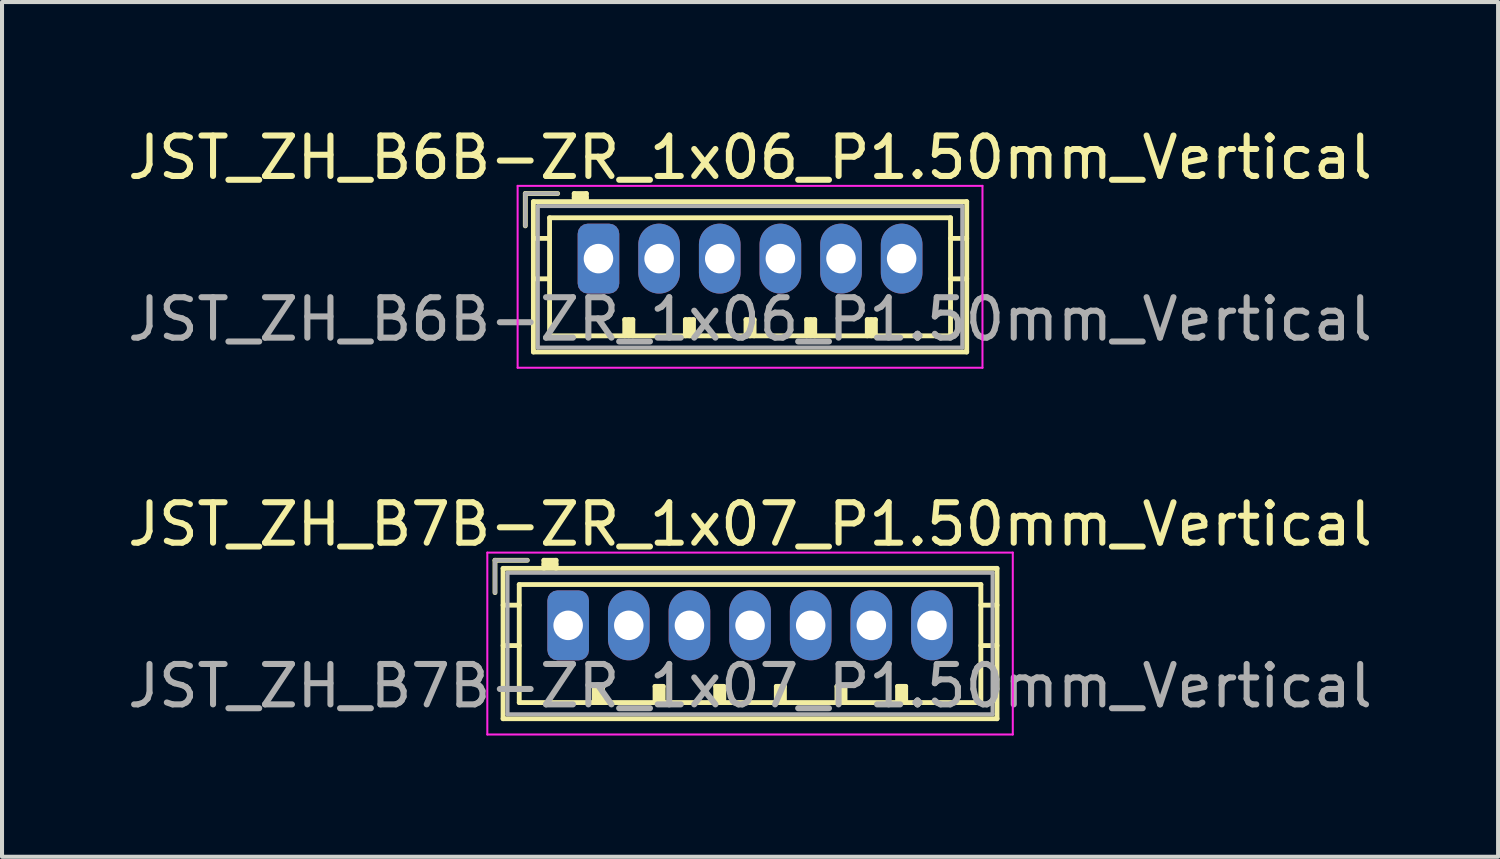
<source format=kicad_pcb>
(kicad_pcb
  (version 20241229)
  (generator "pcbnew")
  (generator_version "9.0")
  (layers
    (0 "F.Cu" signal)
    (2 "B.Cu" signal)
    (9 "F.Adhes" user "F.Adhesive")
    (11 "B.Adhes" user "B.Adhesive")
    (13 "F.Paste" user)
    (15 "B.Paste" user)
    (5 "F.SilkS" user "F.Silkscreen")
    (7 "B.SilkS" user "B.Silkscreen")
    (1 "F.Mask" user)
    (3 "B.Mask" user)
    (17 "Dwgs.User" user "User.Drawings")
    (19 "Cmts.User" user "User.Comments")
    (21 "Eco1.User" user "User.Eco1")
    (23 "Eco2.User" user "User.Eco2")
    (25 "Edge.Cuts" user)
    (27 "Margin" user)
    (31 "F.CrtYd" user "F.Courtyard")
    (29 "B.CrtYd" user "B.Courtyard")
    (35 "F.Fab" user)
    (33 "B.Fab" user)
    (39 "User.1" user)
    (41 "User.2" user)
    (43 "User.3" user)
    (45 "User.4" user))
  (footprint "JST_ZH_B6B-ZR_1x06_P1.50mm_Vertical"
    (layer "F.Cu")
    (at 11.756 3.348)
    (property "Reference" "JST_ZH_B6B-ZR_1x06_P1.50mm_Vertical" (at 3.75 -2.5 0) (layer "F.SilkS") (effects (font (size 1 1) (thickness 0.15))))
    (attr through_hole)
    (fp_line (start -1.81 -1.61) (end -1.81 -0.81) (stroke (width 0.12) (type solid)) (layer "F.SilkS"))
    (fp_line (start -1.61 -1.41) (end -1.61 2.31) (stroke (width 0.12) (type solid)) (layer "F.SilkS"))
    (fp_line (start -1.61 -0.5) (end -1.21 -0.5) (stroke (width 0.12) (type solid)) (layer "F.SilkS"))
    (fp_line (start -1.61 0.5) (end -1.21 0.5) (stroke (width 0.12) (type solid)) (layer "F.SilkS"))
    (fp_line (start -1.61 2.31) (end 9.11 2.31) (stroke (width 0.12) (type solid)) (layer "F.SilkS"))
    (fp_line (start -1.21 -1.01) (end -1.21 1.91) (stroke (width 0.12) (type solid)) (layer "F.SilkS"))
    (fp_line (start -1.21 1.91) (end 8.71 1.91) (stroke (width 0.12) (type solid)) (layer "F.SilkS"))
    (fp_line (start -1.01 -1.61) (end -1.81 -1.61) (stroke (width 0.12) (type solid)) (layer "F.SilkS"))
    (fp_line (start -0.6 -1.61) (end -0.6 -1.41) (stroke (width 0.12) (type solid)) (layer "F.SilkS"))
    (fp_line (start -0.3 -1.61) (end -0.6 -1.61) (stroke (width 0.12) (type solid)) (layer "F.SilkS"))
    (fp_line (start -0.3 -1.51) (end -0.6 -1.51) (stroke (width 0.12) (type solid)) (layer "F.SilkS"))
    (fp_line (start -0.3 -1.41) (end -0.3 -1.61) (stroke (width 0.12) (type solid)) (layer "F.SilkS"))
    (fp_line (start 0.65 1.51) (end 0.85 1.51) (stroke (width 0.12) (type solid)) (layer "F.SilkS"))
    (fp_line (start 0.65 1.91) (end 0.65 1.51) (stroke (width 0.12) (type solid)) (layer "F.SilkS"))
    (fp_line (start 0.75 1.91) (end 0.75 1.51) (stroke (width 0.12) (type solid)) (layer "F.SilkS"))
    (fp_line (start 0.85 1.51) (end 0.85 1.91) (stroke (width 0.12) (type solid)) (layer "F.SilkS"))
    (fp_line (start 2.15 1.51) (end 2.35 1.51) (stroke (width 0.12) (type solid)) (layer "F.SilkS"))
    (fp_line (start 2.15 1.91) (end 2.15 1.51) (stroke (width 0.12) (type solid)) (layer "F.SilkS"))
    (fp_line (start 2.25 1.91) (end 2.25 1.51) (stroke (width 0.12) (type solid)) (layer "F.SilkS"))
    (fp_line (start 2.35 1.51) (end 2.35 1.91) (stroke (width 0.12) (type solid)) (layer "F.SilkS"))
    (fp_line (start 3.65 1.51) (end 3.85 1.51) (stroke (width 0.12) (type solid)) (layer "F.SilkS"))
    (fp_line (start 3.65 1.91) (end 3.65 1.51) (stroke (width 0.12) (type solid)) (layer "F.SilkS"))
    (fp_line (start 3.75 1.91) (end 3.75 1.51) (stroke (width 0.12) (type solid)) (layer "F.SilkS"))
    (fp_line (start 3.85 1.51) (end 3.85 1.91) (stroke (width 0.12) (type solid)) (layer "F.SilkS"))
    (fp_line (start 5.15 1.51) (end 5.35 1.51) (stroke (width 0.12) (type solid)) (layer "F.SilkS"))
    (fp_line (start 5.15 1.91) (end 5.15 1.51) (stroke (width 0.12) (type solid)) (layer "F.SilkS"))
    (fp_line (start 5.25 1.91) (end 5.25 1.51) (stroke (width 0.12) (type solid)) (layer "F.SilkS"))
    (fp_line (start 5.35 1.51) (end 5.35 1.91) (stroke (width 0.12) (type solid)) (layer "F.SilkS"))
    (fp_line (start 6.65 1.51) (end 6.85 1.51) (stroke (width 0.12) (type solid)) (layer "F.SilkS"))
    (fp_line (start 6.65 1.91) (end 6.65 1.51) (stroke (width 0.12) (type solid)) (layer "F.SilkS"))
    (fp_line (start 6.75 1.91) (end 6.75 1.51) (stroke (width 0.12) (type solid)) (layer "F.SilkS"))
    (fp_line (start 6.85 1.51) (end 6.85 1.91) (stroke (width 0.12) (type solid)) (layer "F.SilkS"))
    (fp_line (start 8.71 -1.01) (end -1.21 -1.01) (stroke (width 0.12) (type solid)) (layer "F.SilkS"))
    (fp_line (start 8.71 1.91) (end 8.71 -1.01) (stroke (width 0.12) (type solid)) (layer "F.SilkS"))
    (fp_line (start 9.11 -1.41) (end -1.61 -1.41) (stroke (width 0.12) (type solid)) (layer "F.SilkS"))
    (fp_line (start 9.11 -0.5) (end 8.71 -0.5) (stroke (width 0.12) (type solid)) (layer "F.SilkS"))
    (fp_line (start 9.11 0.5) (end 8.71 0.5) (stroke (width 0.12) (type solid)) (layer "F.SilkS"))
    (fp_line (start 9.11 2.31) (end 9.11 -1.41) (stroke (width 0.12) (type solid)) (layer "F.SilkS"))
    (fp_line (start -2 -1.8) (end -2 2.7) (stroke (width 0.05) (type solid)) (layer "F.CrtYd"))
    (fp_line (start -2 2.7) (end 9.5 2.7) (stroke (width 0.05) (type solid)) (layer "F.CrtYd"))
    (fp_line (start 9.5 -1.8) (end -2 -1.8) (stroke (width 0.05) (type solid)) (layer "F.CrtYd"))
    (fp_line (start 9.5 2.7) (end 9.5 -1.8) (stroke (width 0.05) (type solid)) (layer "F.CrtYd"))
    (fp_line (start -1.81 -1.61) (end -1.81 -0.81) (stroke (width 0.1) (type solid)) (layer "F.Fab"))
    (fp_line (start -1.5 -1.3) (end -1.5 2.2) (stroke (width 0.1) (type solid)) (layer "F.Fab"))
    (fp_line (start -1.5 2.2) (end 9 2.2) (stroke (width 0.1) (type solid)) (layer "F.Fab"))
    (fp_line (start -1.01 -1.61) (end -1.81 -1.61) (stroke (width 0.1) (type solid)) (layer "F.Fab"))
    (fp_line (start 9 -1.3) (end -1.5 -1.3) (stroke (width 0.1) (type solid)) (layer "F.Fab"))
    (fp_line (start 9 2.2) (end 9 -1.3) (stroke (width 0.1) (type solid)) (layer "F.Fab"))
    (fp_text user "${REFERENCE}" (at 3.75 1.5 0) (layer "F.Fab") (effects (font (size 1 1) (thickness 0.15))))
    (pad "1" thru_hole roundrect (at 0 0) (size 1.03 1.73) (drill 0.73) (layers "*.Cu" "*.Mask") (roundrect_rratio 0.243))
    (pad "2" thru_hole oval (at 1.5 0) (size 1.03 1.73) (drill 0.73) (layers "*.Cu" "*.Mask"))
    (pad "3" thru_hole oval (at 3 0) (size 1.03 1.73) (drill 0.73) (layers "*.Cu" "*.Mask"))
    (pad "4" thru_hole oval (at 4.5 0) (size 1.03 1.73) (drill 0.73) (layers "*.Cu" "*.Mask"))
    (pad "5" thru_hole oval (at 6 0) (size 1.03 1.73) (drill 0.73) (layers "*.Cu" "*.Mask"))
    (pad "6" thru_hole oval (at 7.5 0) (size 1.03 1.73) (drill 0.73) (layers "*.Cu" "*.Mask")))
  (footprint "JST_ZH_B7B-ZR_1x07_P1.50mm_Vertical"
    (layer "F.Cu")
    (at 11.006 12.421)
    (property "Reference" "JST_ZH_B7B-ZR_1x07_P1.50mm_Vertical" (at 4.5 -2.5 0) (layer "F.SilkS") (effects (font (size 1 1) (thickness 0.15))))
    (attr through_hole)
    (fp_line (start -1.81 -1.61) (end -1.81 -0.81) (stroke (width 0.12) (type solid)) (layer "F.SilkS"))
    (fp_line (start -1.61 -1.41) (end -1.61 2.31) (stroke (width 0.12) (type solid)) (layer "F.SilkS"))
    (fp_line (start -1.61 -0.5) (end -1.21 -0.5) (stroke (width 0.12) (type solid)) (layer "F.SilkS"))
    (fp_line (start -1.61 0.5) (end -1.21 0.5) (stroke (width 0.12) (type solid)) (layer "F.SilkS"))
    (fp_line (start -1.61 2.31) (end 10.61 2.31) (stroke (width 0.12) (type solid)) (layer "F.SilkS"))
    (fp_line (start -1.21 -1.01) (end -1.21 1.91) (stroke (width 0.12) (type solid)) (layer "F.SilkS"))
    (fp_line (start -1.21 1.91) (end 10.21 1.91) (stroke (width 0.12) (type solid)) (layer "F.SilkS"))
    (fp_line (start -1.01 -1.61) (end -1.81 -1.61) (stroke (width 0.12) (type solid)) (layer "F.SilkS"))
    (fp_line (start -0.6 -1.61) (end -0.6 -1.41) (stroke (width 0.12) (type solid)) (layer "F.SilkS"))
    (fp_line (start -0.3 -1.61) (end -0.6 -1.61) (stroke (width 0.12) (type solid)) (layer "F.SilkS"))
    (fp_line (start -0.3 -1.51) (end -0.6 -1.51) (stroke (width 0.12) (type solid)) (layer "F.SilkS"))
    (fp_line (start -0.3 -1.41) (end -0.3 -1.61) (stroke (width 0.12) (type solid)) (layer "F.SilkS"))
    (fp_line (start 0.65 1.51) (end 0.85 1.51) (stroke (width 0.12) (type solid)) (layer "F.SilkS"))
    (fp_line (start 0.65 1.91) (end 0.65 1.51) (stroke (width 0.12) (type solid)) (layer "F.SilkS"))
    (fp_line (start 0.75 1.91) (end 0.75 1.51) (stroke (width 0.12) (type solid)) (layer "F.SilkS"))
    (fp_line (start 0.85 1.51) (end 0.85 1.91) (stroke (width 0.12) (type solid)) (layer "F.SilkS"))
    (fp_line (start 2.15 1.51) (end 2.35 1.51) (stroke (width 0.12) (type solid)) (layer "F.SilkS"))
    (fp_line (start 2.15 1.91) (end 2.15 1.51) (stroke (width 0.12) (type solid)) (layer "F.SilkS"))
    (fp_line (start 2.25 1.91) (end 2.25 1.51) (stroke (width 0.12) (type solid)) (layer "F.SilkS"))
    (fp_line (start 2.35 1.51) (end 2.35 1.91) (stroke (width 0.12) (type solid)) (layer "F.SilkS"))
    (fp_line (start 3.65 1.51) (end 3.85 1.51) (stroke (width 0.12) (type solid)) (layer "F.SilkS"))
    (fp_line (start 3.65 1.91) (end 3.65 1.51) (stroke (width 0.12) (type solid)) (layer "F.SilkS"))
    (fp_line (start 3.75 1.91) (end 3.75 1.51) (stroke (width 0.12) (type solid)) (layer "F.SilkS"))
    (fp_line (start 3.85 1.51) (end 3.85 1.91) (stroke (width 0.12) (type solid)) (layer "F.SilkS"))
    (fp_line (start 5.15 1.51) (end 5.35 1.51) (stroke (width 0.12) (type solid)) (layer "F.SilkS"))
    (fp_line (start 5.15 1.91) (end 5.15 1.51) (stroke (width 0.12) (type solid)) (layer "F.SilkS"))
    (fp_line (start 5.25 1.91) (end 5.25 1.51) (stroke (width 0.12) (type solid)) (layer "F.SilkS"))
    (fp_line (start 5.35 1.51) (end 5.35 1.91) (stroke (width 0.12) (type solid)) (layer "F.SilkS"))
    (fp_line (start 6.65 1.51) (end 6.85 1.51) (stroke (width 0.12) (type solid)) (layer "F.SilkS"))
    (fp_line (start 6.65 1.91) (end 6.65 1.51) (stroke (width 0.12) (type solid)) (layer "F.SilkS"))
    (fp_line (start 6.75 1.91) (end 6.75 1.51) (stroke (width 0.12) (type solid)) (layer "F.SilkS"))
    (fp_line (start 6.85 1.51) (end 6.85 1.91) (stroke (width 0.12) (type solid)) (layer "F.SilkS"))
    (fp_line (start 8.15 1.51) (end 8.35 1.51) (stroke (width 0.12) (type solid)) (layer "F.SilkS"))
    (fp_line (start 8.15 1.91) (end 8.15 1.51) (stroke (width 0.12) (type solid)) (layer "F.SilkS"))
    (fp_line (start 8.25 1.91) (end 8.25 1.51) (stroke (width 0.12) (type solid)) (layer "F.SilkS"))
    (fp_line (start 8.35 1.51) (end 8.35 1.91) (stroke (width 0.12) (type solid)) (layer "F.SilkS"))
    (fp_line (start 10.21 -1.01) (end -1.21 -1.01) (stroke (width 0.12) (type solid)) (layer "F.SilkS"))
    (fp_line (start 10.21 1.91) (end 10.21 -1.01) (stroke (width 0.12) (type solid)) (layer "F.SilkS"))
    (fp_line (start 10.61 -1.41) (end -1.61 -1.41) (stroke (width 0.12) (type solid)) (layer "F.SilkS"))
    (fp_line (start 10.61 -0.5) (end 10.21 -0.5) (stroke (width 0.12) (type solid)) (layer "F.SilkS"))
    (fp_line (start 10.61 0.5) (end 10.21 0.5) (stroke (width 0.12) (type solid)) (layer "F.SilkS"))
    (fp_line (start 10.61 2.31) (end 10.61 -1.41) (stroke (width 0.12) (type solid)) (layer "F.SilkS"))
    (fp_line (start -2 -1.8) (end -2 2.7) (stroke (width 0.05) (type solid)) (layer "F.CrtYd"))
    (fp_line (start -2 2.7) (end 11 2.7) (stroke (width 0.05) (type solid)) (layer "F.CrtYd"))
    (fp_line (start 11 -1.8) (end -2 -1.8) (stroke (width 0.05) (type solid)) (layer "F.CrtYd"))
    (fp_line (start 11 2.7) (end 11 -1.8) (stroke (width 0.05) (type solid)) (layer "F.CrtYd"))
    (fp_line (start -1.81 -1.61) (end -1.81 -0.81) (stroke (width 0.1) (type solid)) (layer "F.Fab"))
    (fp_line (start -1.5 -1.3) (end -1.5 2.2) (stroke (width 0.1) (type solid)) (layer "F.Fab"))
    (fp_line (start -1.5 2.2) (end 10.5 2.2) (stroke (width 0.1) (type solid)) (layer "F.Fab"))
    (fp_line (start -1.01 -1.61) (end -1.81 -1.61) (stroke (width 0.1) (type solid)) (layer "F.Fab"))
    (fp_line (start 10.5 -1.3) (end -1.5 -1.3) (stroke (width 0.1) (type solid)) (layer "F.Fab"))
    (fp_line (start 10.5 2.2) (end 10.5 -1.3) (stroke (width 0.1) (type solid)) (layer "F.Fab"))
    (fp_text user "${REFERENCE}" (at 4.5 1.5 0) (layer "F.Fab") (effects (font (size 1 1) (thickness 0.15))))
    (pad "1" thru_hole roundrect (at 0 0) (size 1.03 1.73) (drill 0.73) (layers "*.Cu" "*.Mask") (roundrect_rratio 0.243))
    (pad "2" thru_hole oval (at 1.5 0) (size 1.03 1.73) (drill 0.73) (layers "*.Cu" "*.Mask"))
    (pad "3" thru_hole oval (at 3 0) (size 1.03 1.73) (drill 0.73) (layers "*.Cu" "*.Mask"))
    (pad "4" thru_hole oval (at 4.5 0) (size 1.03 1.73) (drill 0.73) (layers "*.Cu" "*.Mask"))
    (pad "5" thru_hole oval (at 6 0) (size 1.03 1.73) (drill 0.73) (layers "*.Cu" "*.Mask"))
    (pad "6" thru_hole oval (at 7.5 0) (size 1.03 1.73) (drill 0.73) (layers "*.Cu" "*.Mask"))
    (pad "7" thru_hole oval (at 9 0) (size 1.03 1.73) (drill 0.73) (layers "*.Cu" "*.Mask")))
  (gr_rect
    (start -3 -3)
    (end 34.012 18.146)
    (stroke (width 0.1) (type default))
    (fill no)
    (layer "Edge.Cuts")))
</source>
